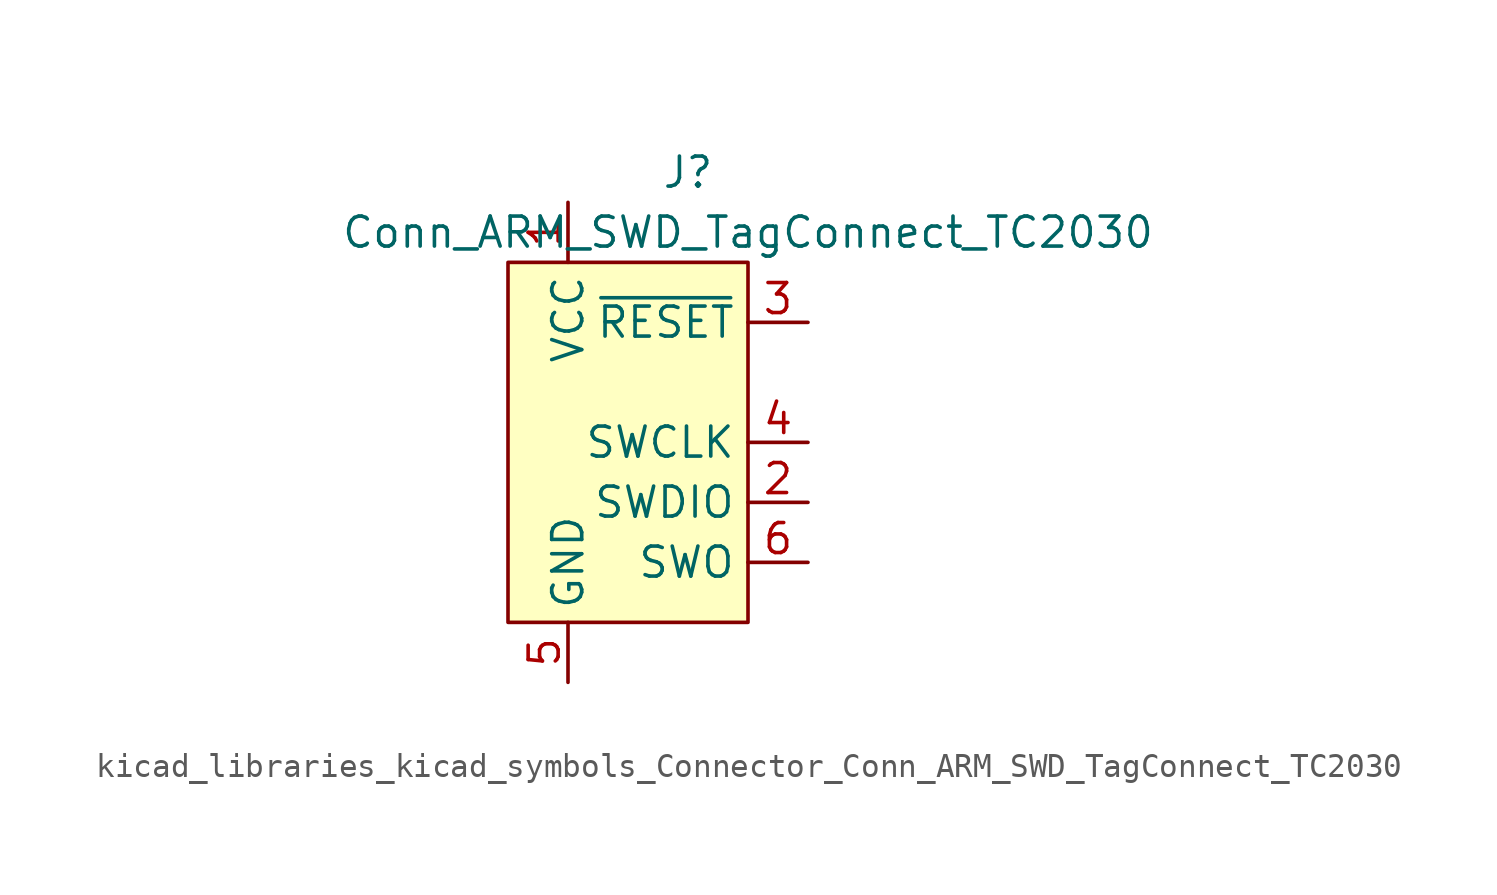
<source format=kicad_sym>
(kicad_symbol_lib
  (version 20220914)
  (generator kicad_symbol_editor)
  (symbol "kicad_libraries_kicad_symbols_Connector_Conn_ARM_SWD_TagConnect_TC2030"
    (property "Reference" "J"
      (at 2.54 11.43 0)
      (effects (font (size 1.27 1.27))))
    (property "Value" "Conn_ARM_SWD_TagConnect_TC2030"
      (at 5.08 8.89 0)
      (effects (font (size 1.27 1.27))))
    (symbol "kicad_libraries_kicad_symbols_Connector_Conn_ARM_SWD_TagConnect_TC2030_0_0"
      (pin power_in line (at -2.54 10.16 270) (length 2.54) (name "VCC" (effects (font (size 1.27 1.27)))) (number "1" (effects (font (size 1.27 1.27)))))
      (pin bidirectional line (at 7.62 -2.54 180) (length 2.54) (name "SWDIO" (effects (font (size 1.27 1.27)))) (number "2" (effects (font (size 1.27 1.27)))) (alternate "TMS" bidirectional line))
      (pin open_collector line (at 7.62 5.08 180) (length 2.54) (name "~{RESET}" (effects (font (size 1.27 1.27)))) (number "3" (effects (font (size 1.27 1.27)))))
      (pin output line (at 7.62 0 180) (length 2.54) (name "SWCLK" (effects (font (size 1.27 1.27)))) (number "4" (effects (font (size 1.27 1.27)))) (alternate "TCK" output line))
      (pin power_in line (at -2.54 -10.16 90) (length 2.54) (name "GND" (effects (font (size 1.27 1.27)))) (number "5" (effects (font (size 1.27 1.27)))))
      (pin input line (at 7.62 -5.08 180) (length 2.54) (name "SWO" (effects (font (size 1.27 1.27)))) (number "6" (effects (font (size 1.27 1.27)))) (alternate "TDO" input line)))
    (symbol "kicad_libraries_kicad_symbols_Connector_Conn_ARM_SWD_TagConnect_TC2030_0_1"
      (rectangle (start -5.08 7.62) (end 5.08 -7.62) (stroke (width 0) (type default)) (fill (type background))))))
</source>
